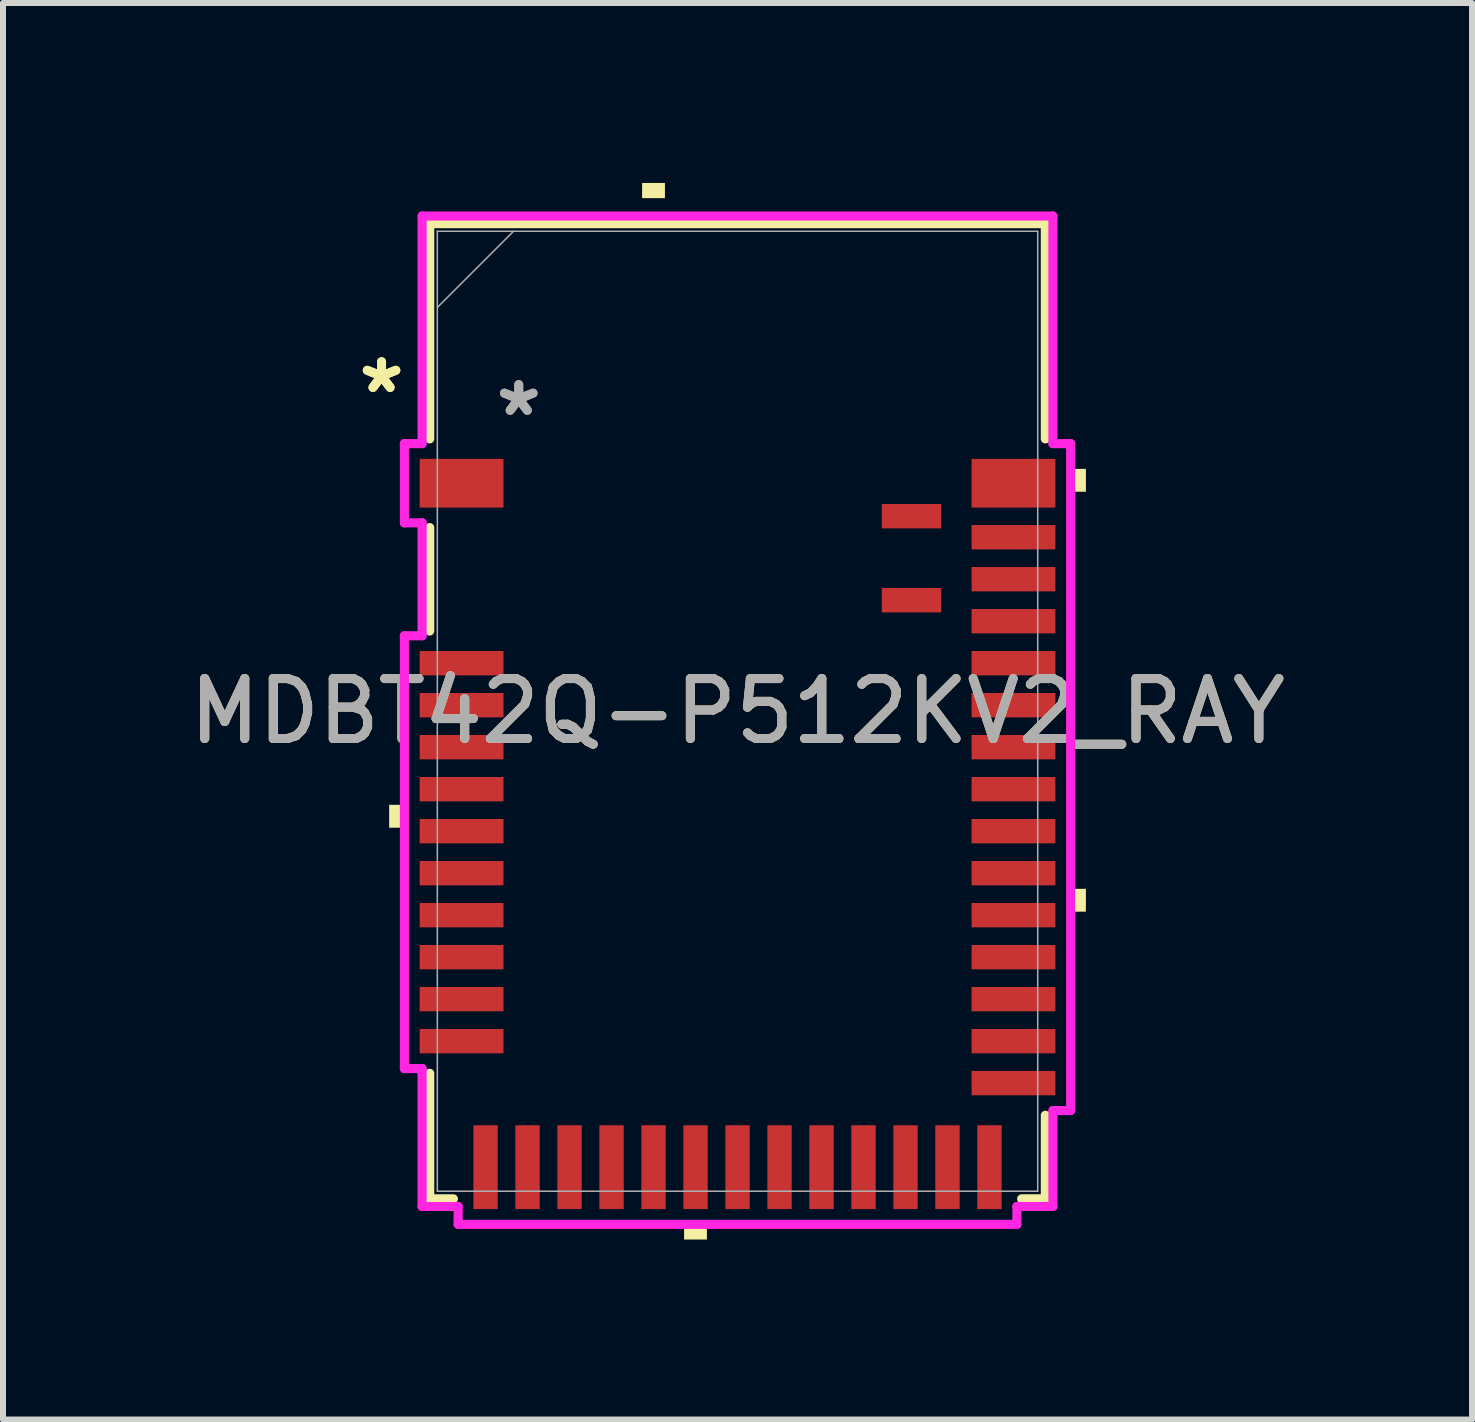
<source format=kicad_pcb>
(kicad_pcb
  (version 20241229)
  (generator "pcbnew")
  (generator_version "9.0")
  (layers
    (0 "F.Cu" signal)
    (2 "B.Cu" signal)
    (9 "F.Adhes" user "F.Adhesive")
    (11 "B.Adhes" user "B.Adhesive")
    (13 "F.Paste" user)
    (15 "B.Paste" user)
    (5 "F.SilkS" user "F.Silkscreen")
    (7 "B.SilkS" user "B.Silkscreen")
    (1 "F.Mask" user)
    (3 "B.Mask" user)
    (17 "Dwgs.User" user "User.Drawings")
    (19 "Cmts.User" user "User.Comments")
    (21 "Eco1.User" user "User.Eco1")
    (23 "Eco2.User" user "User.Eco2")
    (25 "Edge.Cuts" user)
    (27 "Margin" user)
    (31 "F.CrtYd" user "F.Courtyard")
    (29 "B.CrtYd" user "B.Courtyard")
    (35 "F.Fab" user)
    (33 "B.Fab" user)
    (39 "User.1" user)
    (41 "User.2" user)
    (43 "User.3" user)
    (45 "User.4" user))
  (footprint "MDBT42Q-P512KV2_RAY"
    (layer "F.Cu")
    (at 9.244 8.806)
    (property "Reference" "MDBT42Q-P512KV2_RAY" (at 0 0 0) (unlocked yes) (layer "F.SilkS") (effects (font (size 1 1) (thickness 0.15))))
    (attr smd)
    (fp_line (start -5.131 -8.128) (end 5.131 -8.128) (stroke (width 0.152) (type solid)) (layer "F.SilkS"))
    (fp_line (start -5.131 -4.54) (end -5.131 -8.128) (stroke (width 0.152) (type solid)) (layer "F.SilkS"))
    (fp_line (start -5.131 -1.337) (end -5.131 -3.062) (stroke (width 0.152) (type solid)) (layer "F.SilkS"))
    (fp_line (start -5.131 8.128) (end -5.131 6.035) (stroke (width 0.152) (type solid)) (layer "F.SilkS"))
    (fp_line (start -4.736 8.128) (end -5.131 8.128) (stroke (width 0.152) (type solid)) (layer "F.SilkS"))
    (fp_line (start 5.131 -8.128) (end 5.131 -4.54) (stroke (width 0.152) (type solid)) (layer "F.SilkS"))
    (fp_line (start 5.131 6.735) (end 5.131 8.128) (stroke (width 0.152) (type solid)) (layer "F.SilkS"))
    (fp_line (start 5.131 8.128) (end 4.736 8.128) (stroke (width 0.152) (type solid)) (layer "F.SilkS"))
    (fp_poly (pts (xy -5.807 1.56) (xy -5.807 1.941) (xy -5.553 1.941) (xy -5.553 1.56)) (stroke (width 0) (type solid)) (fill yes) (layer "F.SilkS"))
    (fp_poly (pts (xy -1.591 -8.553) (xy -1.591 -8.806) (xy -1.21 -8.806) (xy -1.21 -8.553)) (stroke (width 0) (type solid)) (fill yes) (layer "F.SilkS"))
    (fp_poly (pts (xy -0.891 8.553) (xy -0.891 8.806) (xy -0.51 8.806) (xy -0.51 8.553)) (stroke (width 0) (type solid)) (fill yes) (layer "F.SilkS"))
    (fp_poly (pts (xy 5.807 -4.04) (xy 5.807 -3.659) (xy 5.553 -3.659) (xy 5.553 -4.04)) (stroke (width 0) (type solid)) (fill yes) (layer "F.SilkS"))
    (fp_poly (pts (xy 5.807 2.96) (xy 5.807 3.341) (xy 5.553 3.341) (xy 5.553 2.96)) (stroke (width 0) (type solid)) (fill yes) (layer "F.SilkS"))
    (fp_line (start -5.553 -4.461) (end -5.553 -3.141) (stroke (width 0.152) (type solid)) (layer "F.CrtYd"))
    (fp_line (start -5.553 -3.141) (end -5.258 -3.141) (stroke (width 0.152) (type solid)) (layer "F.CrtYd"))
    (fp_line (start -5.553 -1.258) (end -5.553 5.956) (stroke (width 0.152) (type solid)) (layer "F.CrtYd"))
    (fp_line (start -5.553 5.956) (end -5.258 5.956) (stroke (width 0.152) (type solid)) (layer "F.CrtYd"))
    (fp_line (start -5.258 -8.255) (end -5.258 -4.461) (stroke (width 0.152) (type solid)) (layer "F.CrtYd"))
    (fp_line (start -5.258 -4.461) (end -5.553 -4.461) (stroke (width 0.152) (type solid)) (layer "F.CrtYd"))
    (fp_line (start -5.258 -3.141) (end -5.258 -1.258) (stroke (width 0.152) (type solid)) (layer "F.CrtYd"))
    (fp_line (start -5.258 -1.258) (end -5.553 -1.258) (stroke (width 0.152) (type solid)) (layer "F.CrtYd"))
    (fp_line (start -5.258 5.956) (end -5.258 8.255) (stroke (width 0.152) (type solid)) (layer "F.CrtYd"))
    (fp_line (start -5.258 8.255) (end -4.657 8.255) (stroke (width 0.152) (type solid)) (layer "F.CrtYd"))
    (fp_line (start -4.657 8.255) (end -4.657 8.553) (stroke (width 0.152) (type solid)) (layer "F.CrtYd"))
    (fp_line (start -4.657 8.553) (end 4.657 8.553) (stroke (width 0.152) (type solid)) (layer "F.CrtYd"))
    (fp_line (start 4.657 8.255) (end 5.258 8.255) (stroke (width 0.152) (type solid)) (layer "F.CrtYd"))
    (fp_line (start 4.657 8.553) (end 4.657 8.255) (stroke (width 0.152) (type solid)) (layer "F.CrtYd"))
    (fp_line (start 5.258 -8.255) (end -5.258 -8.255) (stroke (width 0.152) (type solid)) (layer "F.CrtYd"))
    (fp_line (start 5.258 -4.461) (end 5.258 -8.255) (stroke (width 0.152) (type solid)) (layer "F.CrtYd"))
    (fp_line (start 5.258 6.656) (end 5.553 6.656) (stroke (width 0.152) (type solid)) (layer "F.CrtYd"))
    (fp_line (start 5.258 8.255) (end 5.258 6.656) (stroke (width 0.152) (type solid)) (layer "F.CrtYd"))
    (fp_line (start 5.553 -4.461) (end 5.258 -4.461) (stroke (width 0.152) (type solid)) (layer "F.CrtYd"))
    (fp_line (start 5.553 6.656) (end 5.553 -4.461) (stroke (width 0.152) (type solid)) (layer "F.CrtYd"))
    (fp_line (start -5.004 -8.001) (end -5.004 8.001) (stroke (width 0.025) (type solid)) (layer "F.Fab"))
    (fp_line (start -5.004 -6.731) (end -3.734 -8.001) (stroke (width 0.025) (type solid)) (layer "F.Fab"))
    (fp_line (start -5.004 8.001) (end 5.004 8.001) (stroke (width 0.025) (type solid)) (layer "F.Fab"))
    (fp_line (start 5.004 -8.001) (end -5.004 -8.001) (stroke (width 0.025) (type solid)) (layer "F.Fab"))
    (fp_line (start 5.004 8.001) (end 5.004 -8.001) (stroke (width 0.025) (type solid)) (layer "F.Fab"))
    (fp_text user "*" (at -5.934 -5.281 0) (layer "F.SilkS") (effects (font (size 1 1) (thickness 0.15))))
    (fp_text user "*" (at -5.934 -5.281 0) (unlocked yes) (layer "F.SilkS") (effects (font (size 1 1) (thickness 0.15))))
    (fp_text user "${REFERENCE}" (at 0 0 0) (unlocked yes) (layer "F.Fab") (effects (font (size 1 1) (thickness 0.15))))
    (fp_text user "*" (at -3.647 -4.9 0) (unlocked yes) (layer "F.Fab") (effects (font (size 1 1) (thickness 0.15))))
    (fp_text user "*" (at -3.647 -4.9 0) (layer "F.Fab") (effects (font (size 1 1) (thickness 0.15))))
    (pad "1" smd rect (at -4.6 -3.801 90) (size 0.813 1.397) (layers "F.Cu" "F.Mask" "F.Paste"))
    (pad "2" smd rect (at -4.6 -0.801 90) (size 0.406 1.397) (layers "F.Cu" "F.Mask" "F.Paste"))
    (pad "3" smd rect (at -4.6 -0.101 90) (size 0.406 1.397) (layers "F.Cu" "F.Mask" "F.Paste"))
    (pad "4" smd rect (at -4.6 0.599 90) (size 0.406 1.397) (layers "F.Cu" "F.Mask" "F.Paste"))
    (pad "5" smd rect (at -4.6 1.299 90) (size 0.406 1.397) (layers "F.Cu" "F.Mask" "F.Paste"))
    (pad "6" smd rect (at -4.6 1.999 90) (size 0.406 1.397) (layers "F.Cu" "F.Mask" "F.Paste"))
    (pad "7" smd rect (at -4.6 2.699 90) (size 0.406 1.397) (layers "F.Cu" "F.Mask" "F.Paste"))
    (pad "8" smd rect (at -4.6 3.399 90) (size 0.406 1.397) (layers "F.Cu" "F.Mask" "F.Paste"))
    (pad "9" smd rect (at -4.6 4.099 90) (size 0.406 1.397) (layers "F.Cu" "F.Mask" "F.Paste"))
    (pad "10" smd rect (at -4.6 4.799 90) (size 0.406 1.397) (layers "F.Cu" "F.Mask" "F.Paste"))
    (pad "11" smd rect (at -4.6 5.499 90) (size 0.406 1.397) (layers "F.Cu" "F.Mask" "F.Paste"))
    (pad "12" smd rect (at -4.2 7.6) (size 0.406 1.397) (layers "F.Cu" "F.Mask" "F.Paste"))
    (pad "13" smd rect (at -3.5 7.6) (size 0.406 1.397) (layers "F.Cu" "F.Mask" "F.Paste"))
    (pad "14" smd rect (at -2.8 7.6) (size 0.406 1.397) (layers "F.Cu" "F.Mask" "F.Paste"))
    (pad "15" smd rect (at -2.1 7.6) (size 0.406 1.397) (layers "F.Cu" "F.Mask" "F.Paste"))
    (pad "16" smd rect (at -1.4 7.6) (size 0.406 1.397) (layers "F.Cu" "F.Mask" "F.Paste"))
    (pad "17" smd rect (at -0.7 7.6) (size 0.406 1.397) (layers "F.Cu" "F.Mask" "F.Paste"))
    (pad "18" smd rect (at 0 7.6) (size 0.406 1.397) (layers "F.Cu" "F.Mask" "F.Paste"))
    (pad "19" smd rect (at 0.7 7.6) (size 0.406 1.397) (layers "F.Cu" "F.Mask" "F.Paste"))
    (pad "20" smd rect (at 1.4 7.6) (size 0.406 1.397) (layers "F.Cu" "F.Mask" "F.Paste"))
    (pad "21" smd rect (at 2.1 7.6) (size 0.406 1.397) (layers "F.Cu" "F.Mask" "F.Paste"))
    (pad "22" smd rect (at 2.8 7.6) (size 0.406 1.397) (layers "F.Cu" "F.Mask" "F.Paste"))
    (pad "23" smd rect (at 3.5 7.6) (size 0.406 1.397) (layers "F.Cu" "F.Mask" "F.Paste"))
    (pad "24" smd rect (at 4.2 7.6) (size 0.406 1.397) (layers "F.Cu" "F.Mask" "F.Paste"))
    (pad "25" smd rect (at 4.6 6.199 90) (size 0.406 1.397) (layers "F.Cu" "F.Mask" "F.Paste"))
    (pad "26" smd rect (at 4.6 5.499 90) (size 0.406 1.397) (layers "F.Cu" "F.Mask" "F.Paste"))
    (pad "27" smd rect (at 4.6 4.799 90) (size 0.406 1.397) (layers "F.Cu" "F.Mask" "F.Paste"))
    (pad "28" smd rect (at 4.6 4.099 90) (size 0.406 1.397) (layers "F.Cu" "F.Mask" "F.Paste"))
    (pad "29" smd rect (at 4.6 3.399 90) (size 0.406 1.397) (layers "F.Cu" "F.Mask" "F.Paste"))
    (pad "30" smd rect (at 4.6 2.699 90) (size 0.406 1.397) (layers "F.Cu" "F.Mask" "F.Paste"))
    (pad "31" smd rect (at 4.6 1.999 90) (size 0.406 1.397) (layers "F.Cu" "F.Mask" "F.Paste"))
    (pad "32" smd rect (at 4.6 1.299 90) (size 0.406 1.397) (layers "F.Cu" "F.Mask" "F.Paste"))
    (pad "33" smd rect (at 4.6 0.599 90) (size 0.406 1.397) (layers "F.Cu" "F.Mask" "F.Paste"))
    (pad "34" smd rect (at 4.6 -0.101 90) (size 0.406 1.397) (layers "F.Cu" "F.Mask" "F.Paste"))
    (pad "35" smd rect (at 4.6 -0.801 90) (size 0.406 1.397) (layers "F.Cu" "F.Mask" "F.Paste"))
    (pad "36" smd rect (at 4.6 -1.501 90) (size 0.406 1.397) (layers "F.Cu" "F.Mask" "F.Paste"))
    (pad "37" smd rect (at 4.6 -2.201 90) (size 0.406 1.397) (layers "F.Cu" "F.Mask" "F.Paste"))
    (pad "38" smd rect (at 4.6 -2.901 90) (size 0.406 1.397) (layers "F.Cu" "F.Mask" "F.Paste"))
    (pad "39" smd rect (at 4.6 -3.801 90) (size 0.813 1.397) (layers "F.Cu" "F.Mask" "F.Paste"))
    (pad "40" smd rect (at 2.9 -3.251 90) (size 0.406 0.991) (layers "F.Cu" "F.Mask" "F.Paste"))
    (pad "41" smd rect (at 2.9 -1.851 90) (size 0.406 0.991) (layers "F.Cu" "F.Mask" "F.Paste")))
  (gr_rect
    (start -3 -3)
    (end 21.488 20.613)
    (stroke (width 0.1) (type default))
    (fill no)
    (layer "Edge.Cuts")))
</source>
